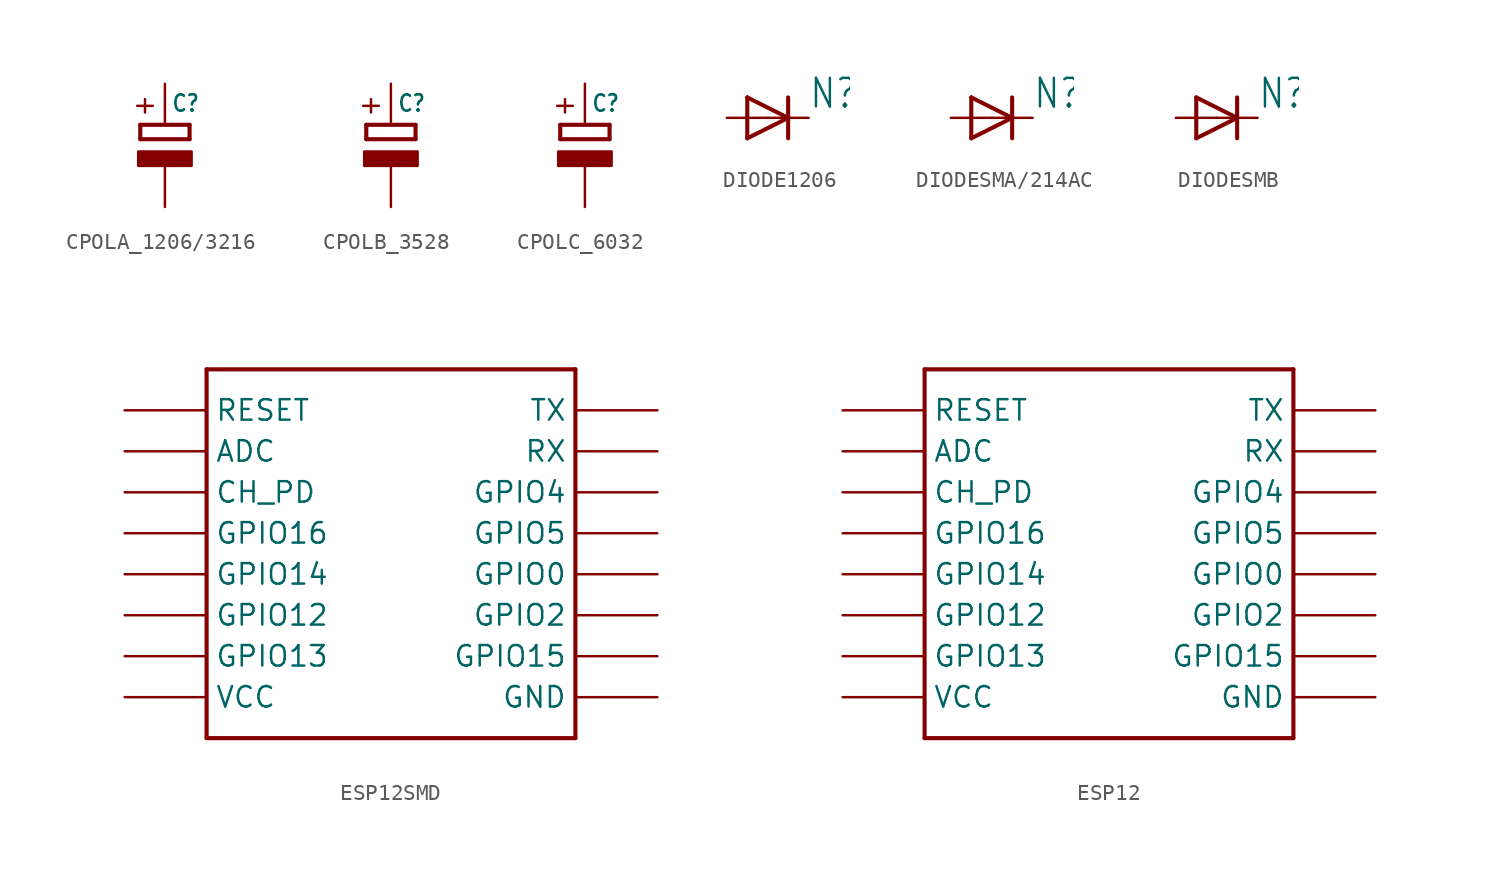
<source format=kicad_sym>
(kicad_symbol_lib
  (version 20231120)
  (generator "kicad_symbol_editor")
  (generator_version "8.0")
  (symbol "CPOLA_1206/3216"
    (property "Reference" "C"
      (at 0.381 3.277 0)
      (effects (font (size 1.016 0.864)) (justify left bottom)))
    (property "Value" ""
      (at 0.381 -1.295 0)
      (effects (font (size 1.016 0.864)) (justify left bottom)))
    (property "ki_locked" ""
      (at 0 0 0)
      (effects (font (size 1.27 1.27))))
    (symbol "CPOLA_1206/3216_1_0"
      (rectangle (start -1.651 0) (end 1.651 0.889) (stroke (width 0) (type default)) (fill (type outline)))
      (polyline (pts (xy -1.524 1.651) (xy 1.524 1.651)) (stroke (width 0.254) (type solid)) (fill (type none)))
      (polyline (pts (xy -1.524 2.54) (xy -1.524 1.651)) (stroke (width 0.254) (type solid)) (fill (type none)))
      (polyline (pts (xy -1.524 2.54) (xy 1.524 2.54)) (stroke (width 0.254) (type solid)) (fill (type none)))
      (polyline (pts (xy 1.524 1.651) (xy 1.524 2.54)) (stroke (width 0.254) (type solid)) (fill (type none)))
      (text "+" (at -0.584 2.946 900) (effects (font (size 1.27 1.079)) (justify left bottom)))
      (pin passive line (at 0 5.08 270) (length 2.54) (name "+" (effects (font (size 0 0)))) (number "+" (effects (font (size 0 0)))))
      (pin passive line (at 0 -2.54 90) (length 2.54) (name "-" (effects (font (size 0 0)))) (number "-" (effects (font (size 0 0)))))))
  (symbol "CPOLB_3528"
    (property "Reference" "C"
      (at 0.381 3.277 0)
      (effects (font (size 1.016 0.864)) (justify left bottom)))
    (property "Value" ""
      (at 0.381 -1.295 0)
      (effects (font (size 1.016 0.864)) (justify left bottom)))
    (property "ki_locked" ""
      (at 0 0 0)
      (effects (font (size 1.27 1.27))))
    (symbol "CPOLB_3528_1_0"
      (rectangle (start -1.651 0) (end 1.651 0.889) (stroke (width 0) (type default)) (fill (type outline)))
      (polyline (pts (xy -1.524 1.651) (xy 1.524 1.651)) (stroke (width 0.254) (type solid)) (fill (type none)))
      (polyline (pts (xy -1.524 2.54) (xy -1.524 1.651)) (stroke (width 0.254) (type solid)) (fill (type none)))
      (polyline (pts (xy -1.524 2.54) (xy 1.524 2.54)) (stroke (width 0.254) (type solid)) (fill (type none)))
      (polyline (pts (xy 1.524 1.651) (xy 1.524 2.54)) (stroke (width 0.254) (type solid)) (fill (type none)))
      (text "+" (at -0.584 2.946 900) (effects (font (size 1.27 1.079)) (justify left bottom)))
      (pin passive line (at 0 5.08 270) (length 2.54) (name "+" (effects (font (size 0 0)))) (number "+" (effects (font (size 0 0)))))
      (pin passive line (at 0 -2.54 90) (length 2.54) (name "-" (effects (font (size 0 0)))) (number "-" (effects (font (size 0 0)))))))
  (symbol "CPOLC_6032"
    (property "Reference" "C"
      (at 0.381 3.277 0)
      (effects (font (size 1.016 0.864)) (justify left bottom)))
    (property "Value" ""
      (at 0.381 -1.295 0)
      (effects (font (size 1.016 0.864)) (justify left bottom)))
    (property "ki_locked" ""
      (at 0 0 0)
      (effects (font (size 1.27 1.27))))
    (symbol "CPOLC_6032_1_0"
      (rectangle (start -1.651 0) (end 1.651 0.889) (stroke (width 0) (type default)) (fill (type outline)))
      (polyline (pts (xy -1.524 1.651) (xy 1.524 1.651)) (stroke (width 0.254) (type solid)) (fill (type none)))
      (polyline (pts (xy -1.524 2.54) (xy -1.524 1.651)) (stroke (width 0.254) (type solid)) (fill (type none)))
      (polyline (pts (xy -1.524 2.54) (xy 1.524 2.54)) (stroke (width 0.254) (type solid)) (fill (type none)))
      (polyline (pts (xy 1.524 1.651) (xy 1.524 2.54)) (stroke (width 0.254) (type solid)) (fill (type none)))
      (text "+" (at -0.584 2.946 900) (effects (font (size 1.27 1.079)) (justify left bottom)))
      (pin passive line (at 0 5.08 270) (length 2.54) (name "+" (effects (font (size 0 0)))) (number "+" (effects (font (size 0 0)))))
      (pin passive line (at 0 -2.54 90) (length 2.54) (name "-" (effects (font (size 0 0)))) (number "-" (effects (font (size 0 0)))))))
  (symbol "DIODE1206"
    (property "Reference" "N"
      (at 2.54 0.483 0)
      (effects (font (size 1.778 1.511)) (justify left bottom)))
    (property "Value" ""
      (at 2.54 -2.311 0)
      (effects (font (size 1.778 1.511)) (justify left bottom)))
    (property "ki_locked" ""
      (at 0 0 0)
      (effects (font (size 1.27 1.27))))
    (symbol "DIODE1206_1_0"
      (polyline (pts (xy -1.27 -1.27) (xy 1.27 0)) (stroke (width 0.254) (type solid)) (fill (type none)))
      (polyline (pts (xy -1.27 1.27) (xy -1.27 -1.27)) (stroke (width 0.254) (type solid)) (fill (type none)))
      (polyline (pts (xy 1.27 0) (xy -1.27 1.27)) (stroke (width 0.254) (type solid)) (fill (type none)))
      (polyline (pts (xy 1.27 0) (xy 1.27 -1.27)) (stroke (width 0.254) (type solid)) (fill (type none)))
      (polyline (pts (xy 1.27 1.27) (xy 1.27 0)) (stroke (width 0.254) (type solid)) (fill (type none)))
      (pin passive line (at -2.54 0 0) (length 2.54) (name "A" (effects (font (size 0 0)))) (number "A" (effects (font (size 0 0)))))
      (pin passive line (at 2.54 0 180) (length 2.54) (name "C" (effects (font (size 0 0)))) (number "C" (effects (font (size 0 0)))))))
  (symbol "DIODESMA/214AC"
    (property "Reference" "N"
      (at 2.54 0.483 0)
      (effects (font (size 1.778 1.511)) (justify left bottom)))
    (property "Value" ""
      (at 2.54 -2.311 0)
      (effects (font (size 1.778 1.511)) (justify left bottom)))
    (property "ki_locked" ""
      (at 0 0 0)
      (effects (font (size 1.27 1.27))))
    (symbol "DIODESMA/214AC_1_0"
      (polyline (pts (xy -1.27 -1.27) (xy 1.27 0)) (stroke (width 0.254) (type solid)) (fill (type none)))
      (polyline (pts (xy -1.27 1.27) (xy -1.27 -1.27)) (stroke (width 0.254) (type solid)) (fill (type none)))
      (polyline (pts (xy 1.27 0) (xy -1.27 1.27)) (stroke (width 0.254) (type solid)) (fill (type none)))
      (polyline (pts (xy 1.27 0) (xy 1.27 -1.27)) (stroke (width 0.254) (type solid)) (fill (type none)))
      (polyline (pts (xy 1.27 1.27) (xy 1.27 0)) (stroke (width 0.254) (type solid)) (fill (type none)))
      (pin passive line (at -2.54 0 0) (length 2.54) (name "A" (effects (font (size 0 0)))) (number "A" (effects (font (size 0 0)))))
      (pin passive line (at 2.54 0 180) (length 2.54) (name "C" (effects (font (size 0 0)))) (number "C" (effects (font (size 0 0)))))))
  (symbol "DIODESMB"
    (property "Reference" "N"
      (at 2.54 0.483 0)
      (effects (font (size 1.778 1.511)) (justify left bottom)))
    (property "Value" ""
      (at 2.54 -2.311 0)
      (effects (font (size 1.778 1.511)) (justify left bottom)))
    (property "ki_locked" ""
      (at 0 0 0)
      (effects (font (size 1.27 1.27))))
    (symbol "DIODESMB_1_0"
      (polyline (pts (xy -1.27 -1.27) (xy 1.27 0)) (stroke (width 0.254) (type solid)) (fill (type none)))
      (polyline (pts (xy -1.27 1.27) (xy -1.27 -1.27)) (stroke (width 0.254) (type solid)) (fill (type none)))
      (polyline (pts (xy 1.27 0) (xy -1.27 1.27)) (stroke (width 0.254) (type solid)) (fill (type none)))
      (polyline (pts (xy 1.27 0) (xy 1.27 -1.27)) (stroke (width 0.254) (type solid)) (fill (type none)))
      (polyline (pts (xy 1.27 1.27) (xy 1.27 0)) (stroke (width 0.254) (type solid)) (fill (type none)))
      (pin passive line (at -2.54 0 0) (length 2.54) (name "A" (effects (font (size 0 0)))) (number "A" (effects (font (size 0 0)))))
      (pin passive line (at 2.54 0 180) (length 2.54) (name "C" (effects (font (size 0 0)))) (number "C" (effects (font (size 0 0)))))))
  (symbol "ESP12SMD"
    (property "Reference" "U"
      (at -12.7 10.16 0)
      (effects (font (size 1.778 1.511)) (justify left bottom) (hide yes)))
    (property "ki_locked" ""
      (at 0 0 0)
      (effects (font (size 1.27 1.27))))
    (symbol "ESP12SMD_1_0"
      (polyline (pts (xy -12.7 -12.7) (xy 10.16 -12.7)) (stroke (width 0.254) (type solid)) (fill (type none)))
      (polyline (pts (xy -12.7 10.16) (xy -12.7 -12.7)) (stroke (width 0.254) (type solid)) (fill (type none)))
      (polyline (pts (xy 10.16 -12.7) (xy 10.16 10.16)) (stroke (width 0.254) (type solid)) (fill (type none)))
      (polyline (pts (xy 10.16 10.16) (xy -12.7 10.16)) (stroke (width 0.254) (type solid)) (fill (type none)))
      (pin bidirectional line (at -17.78 5.08 0) (length 5.08) (name "ADC" (effects (font (size 1.27 1.27)))) (number "ADC" (effects (font (size 0 0)))))
      (pin bidirectional line (at -17.78 2.54 0) (length 5.08) (name "CH_PD" (effects (font (size 1.27 1.27)))) (number "CH_PD" (effects (font (size 0 0)))))
      (pin bidirectional line (at 15.24 -10.16 180) (length 5.08) (name "GND" (effects (font (size 1.27 1.27)))) (number "GND" (effects (font (size 0 0)))))
      (pin bidirectional line (at 15.24 -2.54 180) (length 5.08) (name "GPIO0" (effects (font (size 1.27 1.27)))) (number "GPIO0" (effects (font (size 0 0)))))
      (pin bidirectional line (at -17.78 -5.08 0) (length 5.08) (name "GPIO12" (effects (font (size 1.27 1.27)))) (number "GPIO12" (effects (font (size 0 0)))))
      (pin bidirectional line (at -17.78 -7.62 0) (length 5.08) (name "GPIO13" (effects (font (size 1.27 1.27)))) (number "GPIO13" (effects (font (size 0 0)))))
      (pin bidirectional line (at -17.78 -2.54 0) (length 5.08) (name "GPIO14" (effects (font (size 1.27 1.27)))) (number "GPIO14" (effects (font (size 0 0)))))
      (pin bidirectional line (at 15.24 -7.62 180) (length 5.08) (name "GPIO15" (effects (font (size 1.27 1.27)))) (number "GPIO15" (effects (font (size 0 0)))))
      (pin bidirectional line (at -17.78 0 0) (length 5.08) (name "GPIO16" (effects (font (size 1.27 1.27)))) (number "GPIO16" (effects (font (size 0 0)))))
      (pin bidirectional line (at 15.24 -5.08 180) (length 5.08) (name "GPIO2" (effects (font (size 1.27 1.27)))) (number "GPIO2" (effects (font (size 0 0)))))
      (pin bidirectional line (at 15.24 2.54 180) (length 5.08) (name "GPIO4" (effects (font (size 1.27 1.27)))) (number "GPIO4" (effects (font (size 0 0)))))
      (pin bidirectional line (at 15.24 0 180) (length 5.08) (name "GPIO5" (effects (font (size 1.27 1.27)))) (number "GPIO5" (effects (font (size 0 0)))))
      (pin bidirectional line (at -17.78 7.62 0) (length 5.08) (name "RESET" (effects (font (size 1.27 1.27)))) (number "RESET" (effects (font (size 0 0)))))
      (pin bidirectional line (at 15.24 5.08 180) (length 5.08) (name "RX" (effects (font (size 1.27 1.27)))) (number "RXD0" (effects (font (size 0 0)))))
      (pin bidirectional line (at 15.24 7.62 180) (length 5.08) (name "TX" (effects (font (size 1.27 1.27)))) (number "TXD0" (effects (font (size 0 0)))))
      (pin bidirectional line (at -17.78 -10.16 0) (length 5.08) (name "VCC" (effects (font (size 1.27 1.27)))) (number "VCC" (effects (font (size 0 0)))))))
  (symbol "ESP12"
    (property "Reference" "U"
      (at -12.7 10.16 0)
      (effects (font (size 1.778 1.511)) (justify left bottom) (hide yes)))
    (property "ki_locked" ""
      (at 0 0 0)
      (effects (font (size 1.27 1.27))))
    (symbol "ESP12_1_0"
      (polyline (pts (xy -12.7 -12.7) (xy 10.16 -12.7)) (stroke (width 0.254) (type solid)) (fill (type none)))
      (polyline (pts (xy -12.7 10.16) (xy -12.7 -12.7)) (stroke (width 0.254) (type solid)) (fill (type none)))
      (polyline (pts (xy 10.16 -12.7) (xy 10.16 10.16)) (stroke (width 0.254) (type solid)) (fill (type none)))
      (polyline (pts (xy 10.16 10.16) (xy -12.7 10.16)) (stroke (width 0.254) (type solid)) (fill (type none)))
      (pin bidirectional line (at -17.78 5.08 0) (length 5.08) (name "ADC" (effects (font (size 1.27 1.27)))) (number "ADC" (effects (font (size 0 0)))))
      (pin bidirectional line (at -17.78 2.54 0) (length 5.08) (name "CH_PD" (effects (font (size 1.27 1.27)))) (number "CH_PD" (effects (font (size 0 0)))))
      (pin bidirectional line (at 15.24 -10.16 180) (length 5.08) (name "GND" (effects (font (size 1.27 1.27)))) (number "GND" (effects (font (size 0 0)))))
      (pin bidirectional line (at 15.24 -2.54 180) (length 5.08) (name "GPIO0" (effects (font (size 1.27 1.27)))) (number "GPIO0" (effects (font (size 0 0)))))
      (pin bidirectional line (at -17.78 -5.08 0) (length 5.08) (name "GPIO12" (effects (font (size 1.27 1.27)))) (number "GPIO12" (effects (font (size 0 0)))))
      (pin bidirectional line (at -17.78 -7.62 0) (length 5.08) (name "GPIO13" (effects (font (size 1.27 1.27)))) (number "GPIO13" (effects (font (size 0 0)))))
      (pin bidirectional line (at -17.78 -2.54 0) (length 5.08) (name "GPIO14" (effects (font (size 1.27 1.27)))) (number "GPIO14" (effects (font (size 0 0)))))
      (pin bidirectional line (at 15.24 -7.62 180) (length 5.08) (name "GPIO15" (effects (font (size 1.27 1.27)))) (number "GPIO15" (effects (font (size 0 0)))))
      (pin bidirectional line (at -17.78 0 0) (length 5.08) (name "GPIO16" (effects (font (size 1.27 1.27)))) (number "GPIO16" (effects (font (size 0 0)))))
      (pin bidirectional line (at 15.24 -5.08 180) (length 5.08) (name "GPIO2" (effects (font (size 1.27 1.27)))) (number "GPIO2" (effects (font (size 0 0)))))
      (pin bidirectional line (at 15.24 2.54 180) (length 5.08) (name "GPIO4" (effects (font (size 1.27 1.27)))) (number "GPIO4" (effects (font (size 0 0)))))
      (pin bidirectional line (at 15.24 0 180) (length 5.08) (name "GPIO5" (effects (font (size 1.27 1.27)))) (number "GPIO5" (effects (font (size 0 0)))))
      (pin bidirectional line (at -17.78 7.62 0) (length 5.08) (name "RESET" (effects (font (size 1.27 1.27)))) (number "RESET" (effects (font (size 0 0)))))
      (pin bidirectional line (at 15.24 5.08 180) (length 5.08) (name "RX" (effects (font (size 1.27 1.27)))) (number "RX" (effects (font (size 0 0)))))
      (pin bidirectional line (at 15.24 7.62 180) (length 5.08) (name "TX" (effects (font (size 1.27 1.27)))) (number "TX" (effects (font (size 0 0)))))
      (pin bidirectional line (at -17.78 -10.16 0) (length 5.08) (name "VCC" (effects (font (size 1.27 1.27)))) (number "VCC" (effects (font (size 0 0))))))))
</source>
